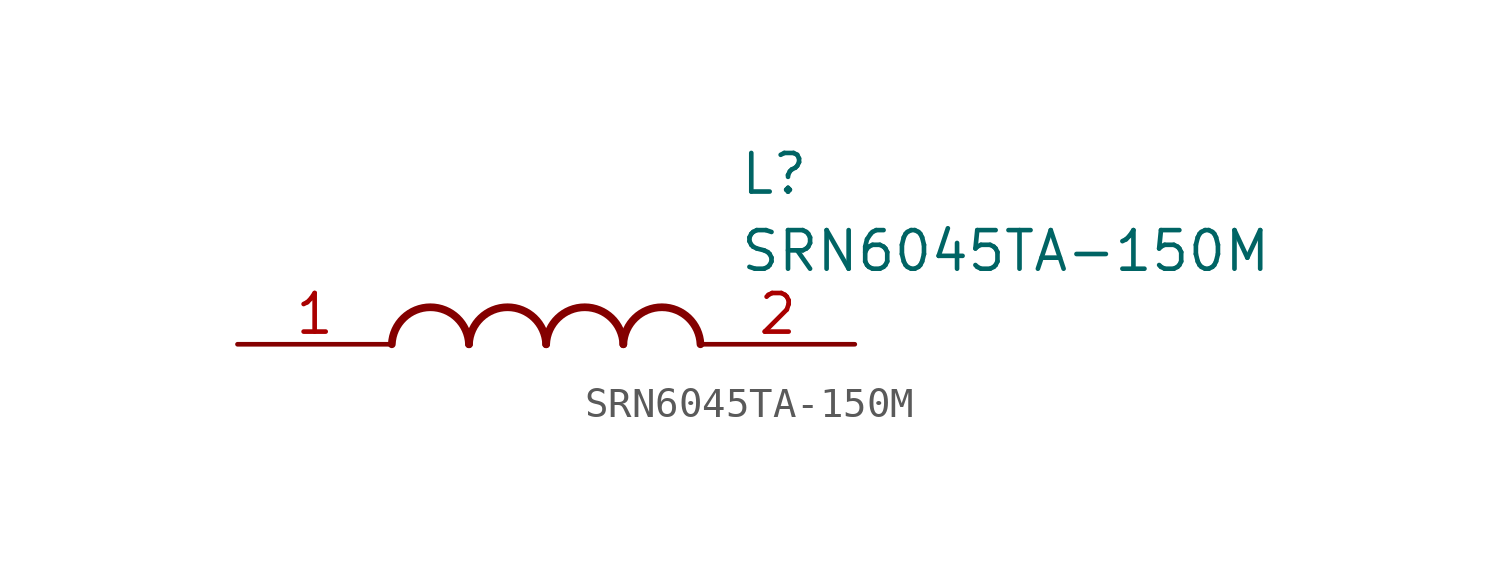
<source format=kicad_sym>
(kicad_symbol_lib
  (version 20211014)
  (generator SamacSys_ECAD_Model)
  (symbol "SRN6045TA-150M"
    (pin_names hide)
    (property "Reference" "L"
      (at 16.51 6.35 0)
      (effects (font (size 1.27 1.27)) (justify left top)))
    (property "Value" "SRN6045TA-150M"
      (at 16.51 3.81 0)
      (effects (font (size 1.27 1.27)) (justify left top)))
    (arc
      (start 7.62 0)
      (mid 6.35 1.219)
      (end 5.08 0)
      (stroke (width 0.254) (type default))
      (fill (type none)))
    (arc
      (start 10.16 0)
      (mid 8.89 1.219)
      (end 7.62 0)
      (stroke (width 0.254) (type default))
      (fill (type none)))
    (arc
      (start 12.7 0)
      (mid 11.43 1.219)
      (end 10.16 0)
      (stroke (width 0.254) (type default))
      (fill (type none)))
    (arc
      (start 15.24 0)
      (mid 13.97 1.219)
      (end 12.7 0)
      (stroke (width 0.254) (type default))
      (fill (type none)))
    (pin passive line
      (at 0 0 0)
      (length 5.08)
      (name "1" (effects (font (size 1.27 1.27))))
      (number "1" (effects (font (size 1.27 1.27)))))
    (pin passive line
      (at 20.32 0 180)
      (length 5.08)
      (name "2" (effects (font (size 1.27 1.27))))
      (number "2" (effects (font (size 1.27 1.27)))))))
</source>
